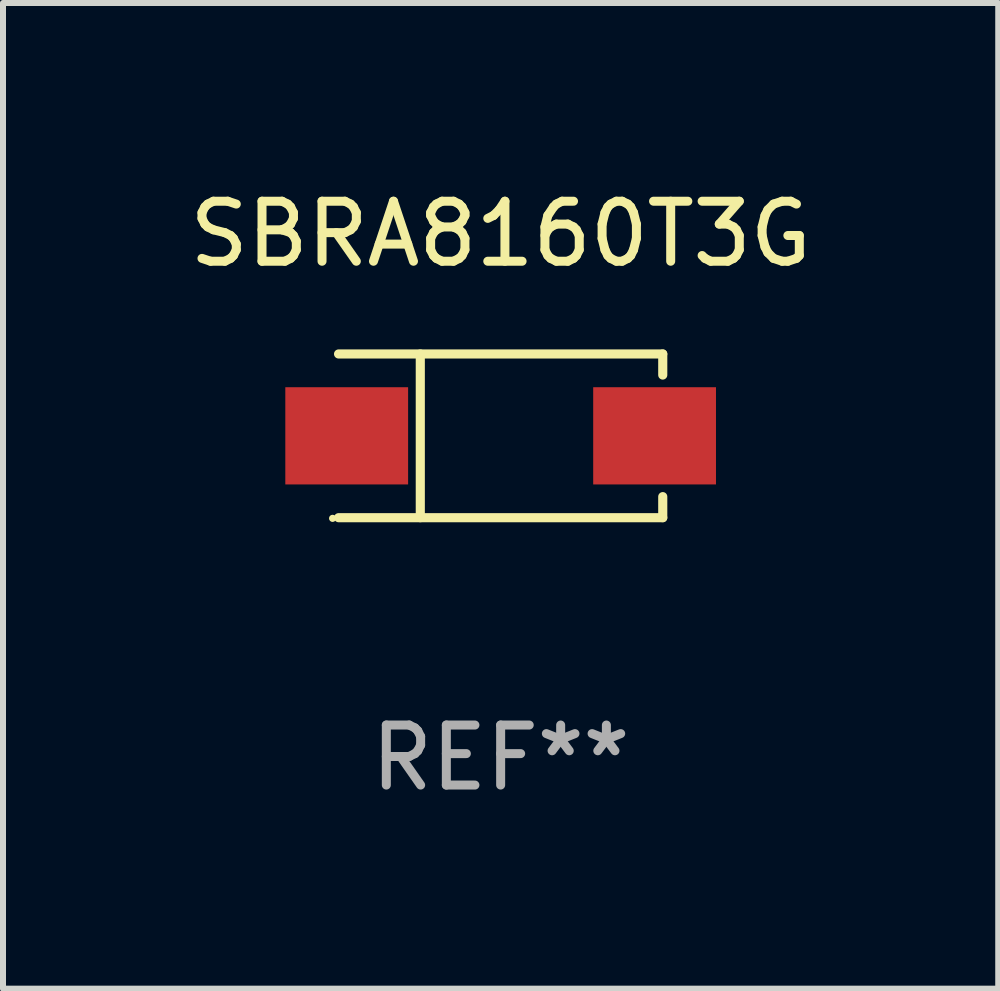
<source format=kicad_pcb>
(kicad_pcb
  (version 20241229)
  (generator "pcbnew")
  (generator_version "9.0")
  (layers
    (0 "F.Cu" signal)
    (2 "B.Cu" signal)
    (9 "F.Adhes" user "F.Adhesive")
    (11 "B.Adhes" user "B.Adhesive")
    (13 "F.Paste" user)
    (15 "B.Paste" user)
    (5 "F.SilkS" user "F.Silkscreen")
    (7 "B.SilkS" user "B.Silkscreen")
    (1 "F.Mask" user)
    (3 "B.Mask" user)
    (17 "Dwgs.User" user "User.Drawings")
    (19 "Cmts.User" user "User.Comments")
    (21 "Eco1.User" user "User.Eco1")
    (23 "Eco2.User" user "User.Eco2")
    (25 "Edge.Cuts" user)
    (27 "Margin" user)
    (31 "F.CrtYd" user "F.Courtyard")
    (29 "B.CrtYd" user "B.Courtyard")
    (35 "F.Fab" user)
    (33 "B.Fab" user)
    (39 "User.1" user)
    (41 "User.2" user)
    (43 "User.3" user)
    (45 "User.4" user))
  (footprint "SBRA8160T3G"
    (layer "F.Cu")
    (at 5.292 4.212)
    (property "Reference" "SBRA8160T3G" (at 0 -3.364 0) (layer "F.SilkS") (effects (font (size 1 1) (thickness 0.15))))
    (attr through_hole)
    (fp_line (start -2.701 -1.364) (end 2.701 -1.364) (stroke (width 0.152) (type solid)) (layer "F.SilkS"))
    (fp_line (start -2.701 1.364) (end 2.701 1.364) (stroke (width 0.152) (type solid)) (layer "F.SilkS"))
    (fp_line (start -1.339 -1.364) (end -1.339 1.364) (stroke (width 0.152) (type solid)) (layer "F.SilkS"))
    (fp_line (start 2.701 -1.364) (end 2.701 -1.013) (stroke (width 0.152) (type solid)) (layer "F.SilkS"))
    (fp_line (start 2.701 1.364) (end 2.701 1.013) (stroke (width 0.152) (type solid)) (layer "F.SilkS"))
    (fp_circle (center -2.8 1.375) (end -2.77 1.375) (stroke (width 0.06) (type solid)) (fill no) (layer "F.SilkS"))
    (fp_text user "REF**" (at 0 5.364 0) (layer "F.Fab") (effects (font (size 1 1) (thickness 0.15))))
    (pad "1" smd rect (at -2.565 -0.000025) (size 2.046 1.62) (layers "F.Cu" "F.Mask" "F.Paste"))
    (pad "2" smd rect (at 2.565 -0.000025) (size 2.046 1.62) (layers "F.Cu" "F.Mask" "F.Paste")))
  (gr_rect
    (start -3 -3)
    (end 13.583 13.424)
    (stroke (width 0.1) (type default))
    (fill no)
    (layer "Edge.Cuts")))
</source>
